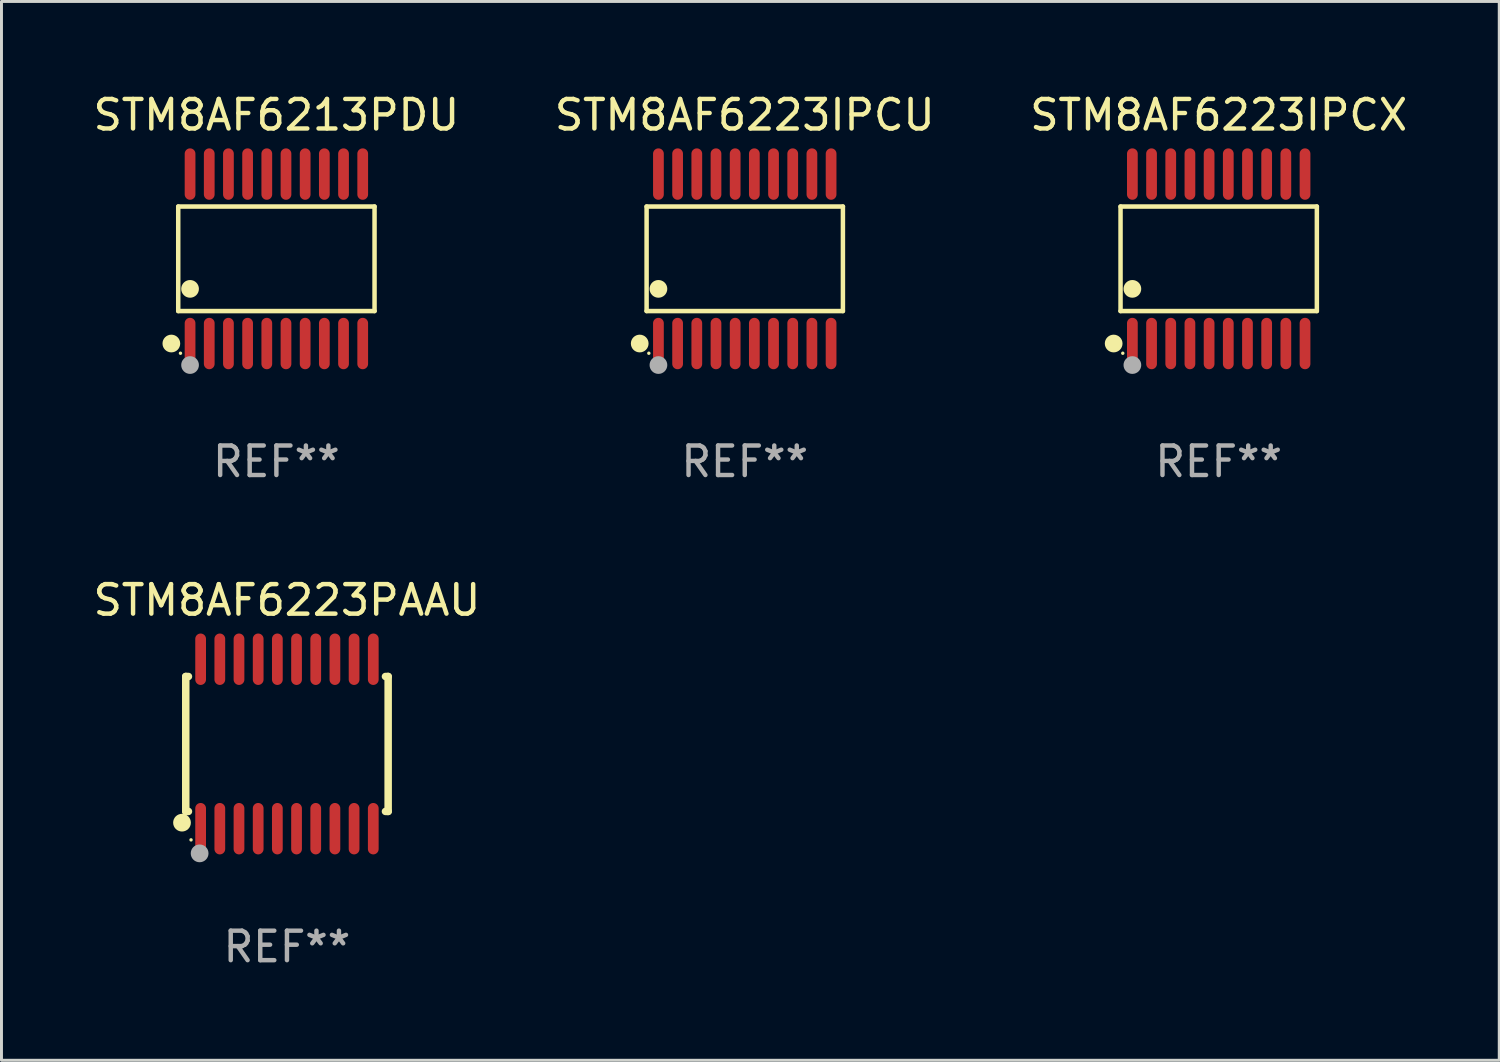
<source format=kicad_pcb>
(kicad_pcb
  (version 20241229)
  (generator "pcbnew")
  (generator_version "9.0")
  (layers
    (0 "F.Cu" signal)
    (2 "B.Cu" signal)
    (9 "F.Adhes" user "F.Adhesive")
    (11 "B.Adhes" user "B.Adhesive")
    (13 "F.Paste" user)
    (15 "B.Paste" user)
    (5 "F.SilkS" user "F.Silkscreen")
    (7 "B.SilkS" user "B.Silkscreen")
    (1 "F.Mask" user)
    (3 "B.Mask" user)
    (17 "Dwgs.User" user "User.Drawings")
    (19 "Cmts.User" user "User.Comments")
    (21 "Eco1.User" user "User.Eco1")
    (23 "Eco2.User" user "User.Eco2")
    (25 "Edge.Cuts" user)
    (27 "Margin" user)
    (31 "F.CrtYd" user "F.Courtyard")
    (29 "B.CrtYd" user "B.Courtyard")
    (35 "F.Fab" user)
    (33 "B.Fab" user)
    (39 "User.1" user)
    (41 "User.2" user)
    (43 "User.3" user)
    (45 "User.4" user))
  (footprint "STM8AF6223PAAU"
    (layer "F.Cu")
    (at 6.673 22.158)
    (property "Reference" "STM8AF6223PAAU" (at 0 -4.871 0) (layer "F.SilkS") (effects (font (size 1 1) (thickness 0.15))))
    (attr through_hole)
    (fp_line (start -3.429 -2.286) (end -3.429 2.286) (stroke (width 0.254) (type solid)) (layer "F.SilkS"))
    (fp_line (start -3.429 2.286) (end -3.338 2.286) (stroke (width 0.254) (type solid)) (layer "F.SilkS"))
    (fp_line (start -3.338 -2.286) (end -3.429 -2.286) (stroke (width 0.254) (type solid)) (layer "F.SilkS"))
    (fp_line (start 3.338 -2.286) (end 3.429 -2.286) (stroke (width 0.254) (type solid)) (layer "F.SilkS"))
    (fp_line (start 3.429 -2.286) (end 3.429 2.286) (stroke (width 0.254) (type solid)) (layer "F.SilkS"))
    (fp_line (start 3.429 2.286) (end 3.338 2.286) (stroke (width 0.254) (type solid)) (layer "F.SilkS"))
    (fp_circle (center -3.556 2.667) (end -3.406 2.667) (stroke (width 0.3) (type solid)) (fill no) (layer "F.SilkS"))
    (fp_circle (center -3.25 3.25) (end -3.22 3.25) (stroke (width 0.06) (type solid)) (fill no) (layer "F.SilkS"))
    (fp_circle (center -2.959 3.707) (end -2.808 3.707) (stroke (width 0.3) (type solid)) (fill no) (layer "F.Fab"))
    (fp_text user "REF**" (at 0 6.871 0) (layer "F.Fab") (effects (font (size 1 1) (thickness 0.15))))
    (pad "1" smd oval (at -2.925 2.871) (size 0.364 1.742) (layers "F.Cu" "F.Mask" "F.Paste"))
    (pad "2" smd oval (at -2.275 2.871) (size 0.364 1.742) (layers "F.Cu" "F.Mask" "F.Paste"))
    (pad "3" smd oval (at -1.625 2.871) (size 0.364 1.742) (layers "F.Cu" "F.Mask" "F.Paste"))
    (pad "4" smd oval (at -0.975 2.871) (size 0.364 1.742) (layers "F.Cu" "F.Mask" "F.Paste"))
    (pad "5" smd oval (at -0.325 2.871) (size 0.364 1.742) (layers "F.Cu" "F.Mask" "F.Paste"))
    (pad "6" smd oval (at 0.325 2.871) (size 0.364 1.742) (layers "F.Cu" "F.Mask" "F.Paste"))
    (pad "7" smd oval (at 0.975 2.871) (size 0.364 1.742) (layers "F.Cu" "F.Mask" "F.Paste"))
    (pad "8" smd oval (at 1.625 2.871) (size 0.364 1.742) (layers "F.Cu" "F.Mask" "F.Paste"))
    (pad "9" smd oval (at 2.275 2.871) (size 0.364 1.742) (layers "F.Cu" "F.Mask" "F.Paste"))
    (pad "10" smd oval (at 2.925 2.871) (size 0.364 1.742) (layers "F.Cu" "F.Mask" "F.Paste"))
    (pad "11" smd oval (at 2.925 -2.871) (size 0.364 1.742) (layers "F.Cu" "F.Mask" "F.Paste"))
    (pad "12" smd oval (at 2.275 -2.871) (size 0.364 1.742) (layers "F.Cu" "F.Mask" "F.Paste"))
    (pad "13" smd oval (at 1.625 -2.871) (size 0.364 1.742) (layers "F.Cu" "F.Mask" "F.Paste"))
    (pad "14" smd oval (at 0.975 -2.871) (size 0.364 1.742) (layers "F.Cu" "F.Mask" "F.Paste"))
    (pad "15" smd oval (at 0.325 -2.871) (size 0.364 1.742) (layers "F.Cu" "F.Mask" "F.Paste"))
    (pad "16" smd oval (at -0.325 -2.871) (size 0.364 1.742) (layers "F.Cu" "F.Mask" "F.Paste"))
    (pad "17" smd oval (at -0.975 -2.871) (size 0.364 1.742) (layers "F.Cu" "F.Mask" "F.Paste"))
    (pad "18" smd oval (at -1.625 -2.871) (size 0.364 1.742) (layers "F.Cu" "F.Mask" "F.Paste"))
    (pad "19" smd oval (at -2.275 -2.871) (size 0.364 1.742) (layers "F.Cu" "F.Mask" "F.Paste"))
    (pad "20" smd oval (at -2.925 -2.871) (size 0.364 1.742) (layers "F.Cu" "F.Mask" "F.Paste")))
  (footprint "STM8AF6223IPCU"
    (layer "F.Cu")
    (at 22.185 5.719)
    (property "Reference" "STM8AF6223IPCU" (at 0 -4.871 0) (layer "F.SilkS") (effects (font (size 1 1) (thickness 0.15))))
    (attr through_hole)
    (fp_line (start -3.326 -1.771) (end 3.326 -1.771) (stroke (width 0.152) (type solid)) (layer "F.SilkS"))
    (fp_line (start -3.326 1.771) (end -3.326 -1.771) (stroke (width 0.152) (type solid)) (layer "F.SilkS"))
    (fp_line (start 3.326 -1.771) (end 3.326 1.771) (stroke (width 0.152) (type solid)) (layer "F.SilkS"))
    (fp_line (start 3.326 1.771) (end -3.326 1.771) (stroke (width 0.152) (type solid)) (layer "F.SilkS"))
    (fp_circle (center -3.559 2.871) (end -3.409 2.871) (stroke (width 0.3) (type solid)) (fill no) (layer "F.SilkS"))
    (fp_circle (center -3.25 3.2) (end -3.22 3.2) (stroke (width 0.06) (type solid)) (fill no) (layer "F.SilkS"))
    (fp_circle (center -2.925 1.019) (end -2.775 1.019) (stroke (width 0.3) (type solid)) (fill no) (layer "F.SilkS"))
    (fp_circle (center -2.925 3.6) (end -2.775 3.6) (stroke (width 0.3) (type solid)) (fill no) (layer "F.Fab"))
    (fp_text user "REF**" (at 0 6.871 0) (layer "F.Fab") (effects (font (size 1 1) (thickness 0.15))))
    (pad "1" smd oval (at -2.925 2.871) (size 0.364 1.742) (layers "F.Cu" "F.Mask" "F.Paste"))
    (pad "2" smd oval (at -2.275 2.871) (size 0.364 1.742) (layers "F.Cu" "F.Mask" "F.Paste"))
    (pad "3" smd oval (at -1.625 2.871) (size 0.364 1.742) (layers "F.Cu" "F.Mask" "F.Paste"))
    (pad "4" smd oval (at -0.975 2.871) (size 0.364 1.742) (layers "F.Cu" "F.Mask" "F.Paste"))
    (pad "5" smd oval (at -0.325 2.871) (size 0.364 1.742) (layers "F.Cu" "F.Mask" "F.Paste"))
    (pad "6" smd oval (at 0.325 2.871) (size 0.364 1.742) (layers "F.Cu" "F.Mask" "F.Paste"))
    (pad "7" smd oval (at 0.975 2.871) (size 0.364 1.742) (layers "F.Cu" "F.Mask" "F.Paste"))
    (pad "8" smd oval (at 1.625 2.871) (size 0.364 1.742) (layers "F.Cu" "F.Mask" "F.Paste"))
    (pad "9" smd oval (at 2.275 2.871) (size 0.364 1.742) (layers "F.Cu" "F.Mask" "F.Paste"))
    (pad "10" smd oval (at 2.925 2.871) (size 0.364 1.742) (layers "F.Cu" "F.Mask" "F.Paste"))
    (pad "11" smd oval (at 2.925 -2.871) (size 0.364 1.742) (layers "F.Cu" "F.Mask" "F.Paste"))
    (pad "12" smd oval (at 2.275 -2.871) (size 0.364 1.742) (layers "F.Cu" "F.Mask" "F.Paste"))
    (pad "13" smd oval (at 1.625 -2.871) (size 0.364 1.742) (layers "F.Cu" "F.Mask" "F.Paste"))
    (pad "14" smd oval (at 0.975 -2.871) (size 0.364 1.742) (layers "F.Cu" "F.Mask" "F.Paste"))
    (pad "15" smd oval (at 0.325 -2.871) (size 0.364 1.742) (layers "F.Cu" "F.Mask" "F.Paste"))
    (pad "16" smd oval (at -0.325 -2.871) (size 0.364 1.742) (layers "F.Cu" "F.Mask" "F.Paste"))
    (pad "17" smd oval (at -0.975 -2.871) (size 0.364 1.742) (layers "F.Cu" "F.Mask" "F.Paste"))
    (pad "18" smd oval (at -1.625 -2.871) (size 0.364 1.742) (layers "F.Cu" "F.Mask" "F.Paste"))
    (pad "19" smd oval (at -2.275 -2.871) (size 0.364 1.742) (layers "F.Cu" "F.Mask" "F.Paste"))
    (pad "20" smd oval (at -2.925 -2.871) (size 0.364 1.742) (layers "F.Cu" "F.Mask" "F.Paste")))
  (footprint "STM8AF6223IPCX"
    (layer "F.Cu")
    (at 38.244 5.719)
    (property "Reference" "STM8AF6223IPCX" (at 0 -4.871 0) (layer "F.SilkS") (effects (font (size 1 1) (thickness 0.15))))
    (attr through_hole)
    (fp_line (start -3.326 -1.771) (end 3.326 -1.771) (stroke (width 0.152) (type solid)) (layer "F.SilkS"))
    (fp_line (start -3.326 1.771) (end -3.326 -1.771) (stroke (width 0.152) (type solid)) (layer "F.SilkS"))
    (fp_line (start 3.326 -1.771) (end 3.326 1.771) (stroke (width 0.152) (type solid)) (layer "F.SilkS"))
    (fp_line (start 3.326 1.771) (end -3.326 1.771) (stroke (width 0.152) (type solid)) (layer "F.SilkS"))
    (fp_circle (center -3.559 2.871) (end -3.409 2.871) (stroke (width 0.3) (type solid)) (fill no) (layer "F.SilkS"))
    (fp_circle (center -3.25 3.2) (end -3.22 3.2) (stroke (width 0.06) (type solid)) (fill no) (layer "F.SilkS"))
    (fp_circle (center -2.925 1.019) (end -2.775 1.019) (stroke (width 0.3) (type solid)) (fill no) (layer "F.SilkS"))
    (fp_circle (center -2.925 3.6) (end -2.775 3.6) (stroke (width 0.3) (type solid)) (fill no) (layer "F.Fab"))
    (fp_text user "REF**" (at 0 6.871 0) (layer "F.Fab") (effects (font (size 1 1) (thickness 0.15))))
    (pad "1" smd oval (at -2.925 2.871) (size 0.364 1.742) (layers "F.Cu" "F.Mask" "F.Paste"))
    (pad "2" smd oval (at -2.275 2.871) (size 0.364 1.742) (layers "F.Cu" "F.Mask" "F.Paste"))
    (pad "3" smd oval (at -1.625 2.871) (size 0.364 1.742) (layers "F.Cu" "F.Mask" "F.Paste"))
    (pad "4" smd oval (at -0.975 2.871) (size 0.364 1.742) (layers "F.Cu" "F.Mask" "F.Paste"))
    (pad "5" smd oval (at -0.325 2.871) (size 0.364 1.742) (layers "F.Cu" "F.Mask" "F.Paste"))
    (pad "6" smd oval (at 0.325 2.871) (size 0.364 1.742) (layers "F.Cu" "F.Mask" "F.Paste"))
    (pad "7" smd oval (at 0.975 2.871) (size 0.364 1.742) (layers "F.Cu" "F.Mask" "F.Paste"))
    (pad "8" smd oval (at 1.625 2.871) (size 0.364 1.742) (layers "F.Cu" "F.Mask" "F.Paste"))
    (pad "9" smd oval (at 2.275 2.871) (size 0.364 1.742) (layers "F.Cu" "F.Mask" "F.Paste"))
    (pad "10" smd oval (at 2.925 2.871) (size 0.364 1.742) (layers "F.Cu" "F.Mask" "F.Paste"))
    (pad "11" smd oval (at 2.925 -2.871) (size 0.364 1.742) (layers "F.Cu" "F.Mask" "F.Paste"))
    (pad "12" smd oval (at 2.275 -2.871) (size 0.364 1.742) (layers "F.Cu" "F.Mask" "F.Paste"))
    (pad "13" smd oval (at 1.625 -2.871) (size 0.364 1.742) (layers "F.Cu" "F.Mask" "F.Paste"))
    (pad "14" smd oval (at 0.975 -2.871) (size 0.364 1.742) (layers "F.Cu" "F.Mask" "F.Paste"))
    (pad "15" smd oval (at 0.325 -2.871) (size 0.364 1.742) (layers "F.Cu" "F.Mask" "F.Paste"))
    (pad "16" smd oval (at -0.325 -2.871) (size 0.364 1.742) (layers "F.Cu" "F.Mask" "F.Paste"))
    (pad "17" smd oval (at -0.975 -2.871) (size 0.364 1.742) (layers "F.Cu" "F.Mask" "F.Paste"))
    (pad "18" smd oval (at -1.625 -2.871) (size 0.364 1.742) (layers "F.Cu" "F.Mask" "F.Paste"))
    (pad "19" smd oval (at -2.275 -2.871) (size 0.364 1.742) (layers "F.Cu" "F.Mask" "F.Paste"))
    (pad "20" smd oval (at -2.925 -2.871) (size 0.364 1.742) (layers "F.Cu" "F.Mask" "F.Paste")))
  (footprint "STM8AF6213PDU"
    (layer "F.Cu")
    (at 6.315 5.719)
    (property "Reference" "STM8AF6213PDU" (at 0 -4.871 0) (layer "F.SilkS") (effects (font (size 1 1) (thickness 0.15))))
    (attr through_hole)
    (fp_line (start -3.326 -1.771) (end 3.326 -1.771) (stroke (width 0.152) (type solid)) (layer "F.SilkS"))
    (fp_line (start -3.326 1.771) (end -3.326 -1.771) (stroke (width 0.152) (type solid)) (layer "F.SilkS"))
    (fp_line (start 3.326 -1.771) (end 3.326 1.771) (stroke (width 0.152) (type solid)) (layer "F.SilkS"))
    (fp_line (start 3.326 1.771) (end -3.326 1.771) (stroke (width 0.152) (type solid)) (layer "F.SilkS"))
    (fp_circle (center -3.559 2.871) (end -3.409 2.871) (stroke (width 0.3) (type solid)) (fill no) (layer "F.SilkS"))
    (fp_circle (center -3.25 3.2) (end -3.22 3.2) (stroke (width 0.06) (type solid)) (fill no) (layer "F.SilkS"))
    (fp_circle (center -2.925 1.019) (end -2.775 1.019) (stroke (width 0.3) (type solid)) (fill no) (layer "F.SilkS"))
    (fp_circle (center -2.925 3.6) (end -2.775 3.6) (stroke (width 0.3) (type solid)) (fill no) (layer "F.Fab"))
    (fp_text user "REF**" (at 0 6.871 0) (layer "F.Fab") (effects (font (size 1 1) (thickness 0.15))))
    (pad "1" smd oval (at -2.925 2.871) (size 0.364 1.742) (layers "F.Cu" "F.Mask" "F.Paste"))
    (pad "2" smd oval (at -2.275 2.871) (size 0.364 1.742) (layers "F.Cu" "F.Mask" "F.Paste"))
    (pad "3" smd oval (at -1.625 2.871) (size 0.364 1.742) (layers "F.Cu" "F.Mask" "F.Paste"))
    (pad "4" smd oval (at -0.975 2.871) (size 0.364 1.742) (layers "F.Cu" "F.Mask" "F.Paste"))
    (pad "5" smd oval (at -0.325 2.871) (size 0.364 1.742) (layers "F.Cu" "F.Mask" "F.Paste"))
    (pad "6" smd oval (at 0.325 2.871) (size 0.364 1.742) (layers "F.Cu" "F.Mask" "F.Paste"))
    (pad "7" smd oval (at 0.975 2.871) (size 0.364 1.742) (layers "F.Cu" "F.Mask" "F.Paste"))
    (pad "8" smd oval (at 1.625 2.871) (size 0.364 1.742) (layers "F.Cu" "F.Mask" "F.Paste"))
    (pad "9" smd oval (at 2.275 2.871) (size 0.364 1.742) (layers "F.Cu" "F.Mask" "F.Paste"))
    (pad "10" smd oval (at 2.925 2.871) (size 0.364 1.742) (layers "F.Cu" "F.Mask" "F.Paste"))
    (pad "11" smd oval (at 2.925 -2.871) (size 0.364 1.742) (layers "F.Cu" "F.Mask" "F.Paste"))
    (pad "12" smd oval (at 2.275 -2.871) (size 0.364 1.742) (layers "F.Cu" "F.Mask" "F.Paste"))
    (pad "13" smd oval (at 1.625 -2.871) (size 0.364 1.742) (layers "F.Cu" "F.Mask" "F.Paste"))
    (pad "14" smd oval (at 0.975 -2.871) (size 0.364 1.742) (layers "F.Cu" "F.Mask" "F.Paste"))
    (pad "15" smd oval (at 0.325 -2.871) (size 0.364 1.742) (layers "F.Cu" "F.Mask" "F.Paste"))
    (pad "16" smd oval (at -0.325 -2.871) (size 0.364 1.742) (layers "F.Cu" "F.Mask" "F.Paste"))
    (pad "17" smd oval (at -0.975 -2.871) (size 0.364 1.742) (layers "F.Cu" "F.Mask" "F.Paste"))
    (pad "18" smd oval (at -1.625 -2.871) (size 0.364 1.742) (layers "F.Cu" "F.Mask" "F.Paste"))
    (pad "19" smd oval (at -2.275 -2.871) (size 0.364 1.742) (layers "F.Cu" "F.Mask" "F.Paste"))
    (pad "20" smd oval (at -2.925 -2.871) (size 0.364 1.742) (layers "F.Cu" "F.Mask" "F.Paste")))
  (gr_rect
    (start -3 -3)
    (end 47.75 32.877)
    (stroke (width 0.1) (type default))
    (fill no)
    (layer "Edge.Cuts")))
</source>
